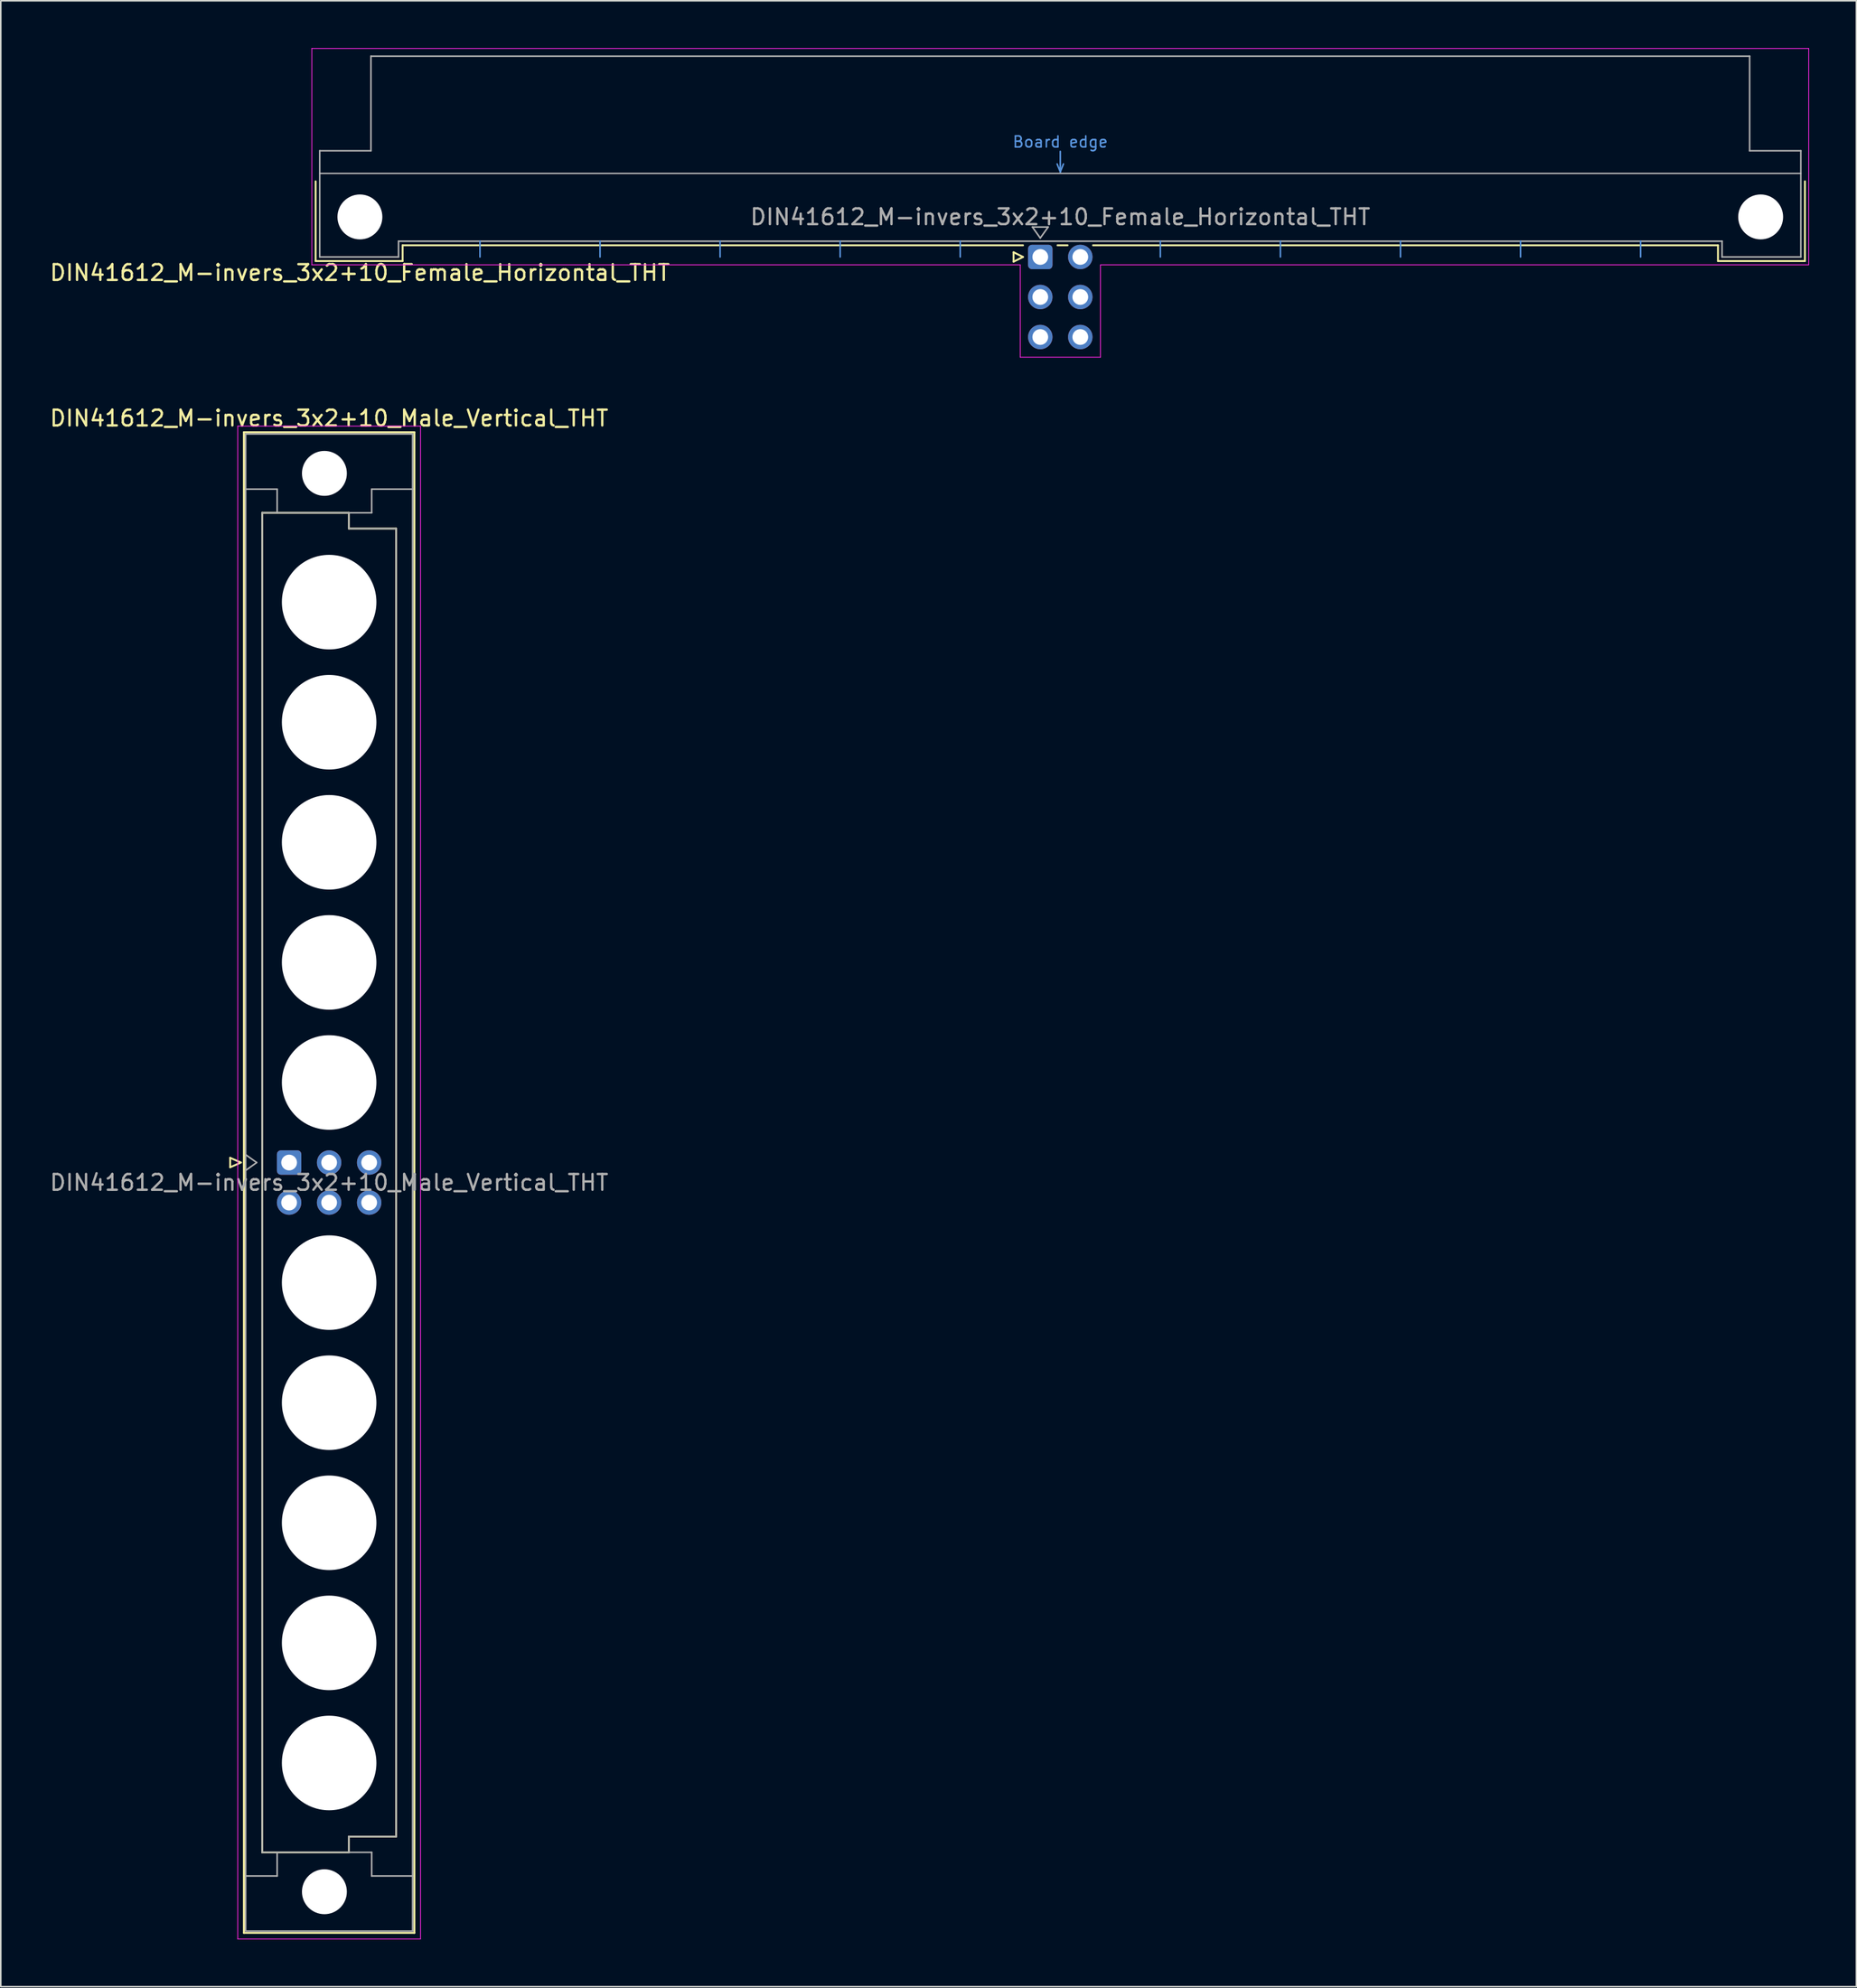
<source format=kicad_pcb>
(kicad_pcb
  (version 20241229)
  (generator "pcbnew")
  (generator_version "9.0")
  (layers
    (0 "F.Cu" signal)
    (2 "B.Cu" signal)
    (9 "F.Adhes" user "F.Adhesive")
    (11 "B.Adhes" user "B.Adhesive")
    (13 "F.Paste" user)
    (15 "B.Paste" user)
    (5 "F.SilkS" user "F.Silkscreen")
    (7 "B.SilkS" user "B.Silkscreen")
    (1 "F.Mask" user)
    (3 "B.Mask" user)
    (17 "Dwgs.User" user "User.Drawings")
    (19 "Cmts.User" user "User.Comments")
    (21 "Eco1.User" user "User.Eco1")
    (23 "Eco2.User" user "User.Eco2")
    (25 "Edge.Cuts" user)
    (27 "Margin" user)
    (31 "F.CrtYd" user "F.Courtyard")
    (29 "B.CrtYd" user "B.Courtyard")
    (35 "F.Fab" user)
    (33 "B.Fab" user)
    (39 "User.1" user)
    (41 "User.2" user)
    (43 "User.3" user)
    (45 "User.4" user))
  (footprint "DIN41612_M-invers_3x2+10_Male_Vertical_THT"
    (layer "F.Cu")
    (at 15.299 32.618)
    (property "Reference" "DIN41612_M-invers_3x2+10_Male_Vertical_THT" (at 2.54 -9.13 0) (layer "F.SilkS") (effects (font (size 1 1) (thickness 0.15))))
    (attr through_hole)
    (fp_line (start -3.74 37.8) (end -3.74 38.4) (stroke (width 0.12) (type solid)) (layer "F.SilkS"))
    (fp_line (start -3.74 38.4) (end -3.06 38.1) (stroke (width 0.12) (type solid)) (layer "F.SilkS"))
    (fp_line (start -3.06 38.1) (end -3.74 37.8) (stroke (width 0.12) (type solid)) (layer "F.SilkS"))
    (fp_line (start -2.87 -8.24) (end 7.95 -8.24) (stroke (width 0.12) (type solid)) (layer "F.SilkS"))
    (fp_line (start -2.87 86.98) (end -2.87 -8.24) (stroke (width 0.12) (type solid)) (layer "F.SilkS"))
    (fp_line (start -1.71 -3.13) (end 3.79 -3.13) (stroke (width 0.12) (type solid)) (layer "F.SilkS"))
    (fp_line (start -1.71 81.87) (end -1.71 -3.13) (stroke (width 0.12) (type solid)) (layer "F.SilkS"))
    (fp_line (start 3.79 -3.13) (end 3.79 -2.13) (stroke (width 0.12) (type solid)) (layer "F.SilkS"))
    (fp_line (start 3.79 -2.13) (end 6.79 -2.13) (stroke (width 0.12) (type solid)) (layer "F.SilkS"))
    (fp_line (start 3.79 80.87) (end 3.79 81.87) (stroke (width 0.12) (type solid)) (layer "F.SilkS"))
    (fp_line (start 3.79 81.87) (end -1.71 81.87) (stroke (width 0.12) (type solid)) (layer "F.SilkS"))
    (fp_line (start 6.79 -2.13) (end 6.79 80.87) (stroke (width 0.12) (type solid)) (layer "F.SilkS"))
    (fp_line (start 6.79 80.87) (end 3.79 80.87) (stroke (width 0.12) (type solid)) (layer "F.SilkS"))
    (fp_line (start 7.95 -8.24) (end 7.95 86.98) (stroke (width 0.12) (type solid)) (layer "F.SilkS"))
    (fp_line (start 7.95 86.98) (end -2.87 86.98) (stroke (width 0.12) (type solid)) (layer "F.SilkS"))
    (fp_line (start -3.26 -8.63) (end 8.34 -8.63) (stroke (width 0.05) (type solid)) (layer "F.CrtYd"))
    (fp_line (start -3.26 87.37) (end -3.26 -8.63) (stroke (width 0.05) (type solid)) (layer "F.CrtYd"))
    (fp_line (start 8.34 -8.63) (end 8.34 87.37) (stroke (width 0.05) (type solid)) (layer "F.CrtYd"))
    (fp_line (start 8.34 87.37) (end -3.26 87.37) (stroke (width 0.05) (type solid)) (layer "F.CrtYd"))
    (fp_line (start -2.76 -8.13) (end 7.84 -8.13) (stroke (width 0.1) (type solid)) (layer "F.Fab"))
    (fp_line (start -2.76 -4.63) (end -0.76 -4.63) (stroke (width 0.1) (type solid)) (layer "F.Fab"))
    (fp_line (start -2.76 37.6) (end -2.06 38.1) (stroke (width 0.1) (type solid)) (layer "F.Fab"))
    (fp_line (start -2.76 83.37) (end -0.76 83.37) (stroke (width 0.1) (type solid)) (layer "F.Fab"))
    (fp_line (start -2.76 86.87) (end -2.76 -8.13) (stroke (width 0.1) (type solid)) (layer "F.Fab"))
    (fp_line (start -2.06 38.1) (end -2.76 38.6) (stroke (width 0.1) (type solid)) (layer "F.Fab"))
    (fp_line (start -1.71 -3.13) (end 3.79 -3.13) (stroke (width 0.1) (type solid)) (layer "F.Fab"))
    (fp_line (start -1.71 81.87) (end -1.71 -3.13) (stroke (width 0.1) (type solid)) (layer "F.Fab"))
    (fp_line (start -0.76 -4.63) (end -0.76 -3.13) (stroke (width 0.1) (type solid)) (layer "F.Fab"))
    (fp_line (start -0.76 83.37) (end -0.76 81.87) (stroke (width 0.1) (type solid)) (layer "F.Fab"))
    (fp_line (start 3.79 -3.13) (end 3.79 -2.13) (stroke (width 0.1) (type solid)) (layer "F.Fab"))
    (fp_line (start 3.79 -3.13) (end 5.24 -3.13) (stroke (width 0.1) (type solid)) (layer "F.Fab"))
    (fp_line (start 3.79 -2.13) (end 6.79 -2.13) (stroke (width 0.1) (type solid)) (layer "F.Fab"))
    (fp_line (start 3.79 80.87) (end 3.79 81.87) (stroke (width 0.1) (type solid)) (layer "F.Fab"))
    (fp_line (start 3.79 81.87) (end -1.71 81.87) (stroke (width 0.1) (type solid)) (layer "F.Fab"))
    (fp_line (start 3.79 81.87) (end 5.24 81.87) (stroke (width 0.1) (type solid)) (layer "F.Fab"))
    (fp_line (start 5.24 -4.63) (end 7.84 -4.63) (stroke (width 0.1) (type solid)) (layer "F.Fab"))
    (fp_line (start 5.24 -3.13) (end 5.24 -4.63) (stroke (width 0.1) (type solid)) (layer "F.Fab"))
    (fp_line (start 5.24 81.87) (end 5.24 83.37) (stroke (width 0.1) (type solid)) (layer "F.Fab"))
    (fp_line (start 5.24 83.37) (end 7.84 83.37) (stroke (width 0.1) (type solid)) (layer "F.Fab"))
    (fp_line (start 6.79 -2.13) (end 6.79 80.87) (stroke (width 0.1) (type solid)) (layer "F.Fab"))
    (fp_line (start 6.79 80.87) (end 3.79 80.87) (stroke (width 0.1) (type solid)) (layer "F.Fab"))
    (fp_line (start 7.84 -8.13) (end 7.84 86.87) (stroke (width 0.1) (type solid)) (layer "F.Fab"))
    (fp_line (start 7.84 86.87) (end -2.76 86.87) (stroke (width 0.1) (type solid)) (layer "F.Fab"))
    (fp_text user "${REFERENCE}" (at 2.54 39.37 0) (layer "F.Fab") (effects (font (size 1 1) (thickness 0.15))))
    (pad "" np_thru_hole circle (at 2.24 -5.63) (size 2.85 2.85) (drill 2.85) (layers "*.Cu" "*.Mask"))
    (pad "" np_thru_hole circle (at 2.24 84.37) (size 2.85 2.85) (drill 2.85) (layers "*.Cu" "*.Mask"))
    (pad "" np_thru_hole circle (at 2.54 2.54) (size 6 6) (drill 6) (layers "*.Cu" "*.Mask"))
    (pad "" np_thru_hole circle (at 2.54 10.16) (size 6 6) (drill 6) (layers "*.Cu" "*.Mask"))
    (pad "" np_thru_hole circle (at 2.54 17.78) (size 6 6) (drill 6) (layers "*.Cu" "*.Mask"))
    (pad "" np_thru_hole circle (at 2.54 25.4) (size 6 6) (drill 6) (layers "*.Cu" "*.Mask"))
    (pad "" np_thru_hole circle (at 2.54 33.02) (size 6 6) (drill 6) (layers "*.Cu" "*.Mask"))
    (pad "" np_thru_hole circle (at 2.54 45.72) (size 6 6) (drill 6) (layers "*.Cu" "*.Mask"))
    (pad "" np_thru_hole circle (at 2.54 53.34) (size 6 6) (drill 6) (layers "*.Cu" "*.Mask"))
    (pad "" np_thru_hole circle (at 2.54 60.96) (size 6 6) (drill 6) (layers "*.Cu" "*.Mask"))
    (pad "" np_thru_hole circle (at 2.54 68.58) (size 6 6) (drill 6) (layers "*.Cu" "*.Mask"))
    (pad "" np_thru_hole circle (at 2.54 76.2) (size 6 6) (drill 6) (layers "*.Cu" "*.Mask"))
    (pad "a16" thru_hole roundrect (at 0 38.1) (size 1.55 1.55) (drill 1) (layers "*.Cu" "*.Mask") (roundrect_rratio 0.161))
    (pad "a17" thru_hole circle (at 0 40.64) (size 1.55 1.55) (drill 1) (layers "*.Cu" "*.Mask"))
    (pad "b16" thru_hole circle (at 2.54 38.1) (size 1.55 1.55) (drill 1) (layers "*.Cu" "*.Mask"))
    (pad "b17" thru_hole circle (at 2.54 40.64) (size 1.55 1.55) (drill 1) (layers "*.Cu" "*.Mask"))
    (pad "c16" thru_hole circle (at 5.08 38.1) (size 1.55 1.55) (drill 1) (layers "*.Cu" "*.Mask"))
    (pad "c17" thru_hole circle (at 5.08 40.64) (size 1.55 1.55) (drill 1) (layers "*.Cu" "*.Mask")))
  (footprint "DIN41612_M-invers_3x2+10_Female_Horizontal_THT"
    (layer "F.Cu")
    (at 24.872 13.255)
    (property "Reference" "DIN41612_M-invers_3x2+10_Female_Horizontal_THT" (at -5.08 1 0) (layer "F.SilkS") (effects (font (size 1 1) (thickness 0.15))))
    (attr through_hole)
    (fp_line (start -7.89 -4.8) (end -7.89 0.26) (stroke (width 0.12) (type solid)) (layer "F.SilkS"))
    (fp_line (start -7.89 0.26) (end -2.37 0.26) (stroke (width 0.12) (type solid)) (layer "F.SilkS"))
    (fp_line (start -2.37 -0.74) (end 37.005 -0.74) (stroke (width 0.12) (type solid)) (layer "F.SilkS"))
    (fp_line (start -2.37 0.26) (end -2.37 -0.74) (stroke (width 0.12) (type solid)) (layer "F.SilkS"))
    (fp_line (start 36.405 -0.3) (end 36.405 0.3) (stroke (width 0.12) (type solid)) (layer "F.SilkS"))
    (fp_line (start 36.405 0.3) (end 37.005 0) (stroke (width 0.12) (type solid)) (layer "F.SilkS"))
    (fp_line (start 37.005 0) (end 36.405 -0.3) (stroke (width 0.12) (type solid)) (layer "F.SilkS"))
    (fp_line (start 39.195 -0.74) (end 39.833 -0.74) (stroke (width 0.12) (type solid)) (layer "F.SilkS"))
    (fp_line (start 41.447 -0.74) (end 81.11 -0.74) (stroke (width 0.12) (type solid)) (layer "F.SilkS"))
    (fp_line (start 81.11 0.26) (end 81.11 -0.74) (stroke (width 0.12) (type solid)) (layer "F.SilkS"))
    (fp_line (start 86.63 -4.8) (end 86.63 0.26) (stroke (width 0.12) (type solid)) (layer "F.SilkS"))
    (fp_line (start 86.63 0.26) (end 81.11 0.26) (stroke (width 0.12) (type solid)) (layer "F.SilkS"))
    (fp_line (start -7.63 -5.3) (end 86.37 -5.3) (stroke (width 0.08) (type solid)) (layer "Dwgs.User"))
    (fp_line (start 2.54 0) (end 2.54 -1) (stroke (width 0.1) (type solid)) (layer "Cmts.User"))
    (fp_line (start 10.16 0) (end 10.16 -1) (stroke (width 0.1) (type solid)) (layer "Cmts.User"))
    (fp_line (start 17.78 0) (end 17.78 -1) (stroke (width 0.1) (type solid)) (layer "Cmts.User"))
    (fp_line (start 25.4 0) (end 25.4 -1) (stroke (width 0.1) (type solid)) (layer "Cmts.User"))
    (fp_line (start 33.02 0) (end 33.02 -1) (stroke (width 0.1) (type solid)) (layer "Cmts.User"))
    (fp_line (start 39.17 -5.9) (end 39.37 -5.4) (stroke (width 0.1) (type solid)) (layer "Cmts.User"))
    (fp_line (start 39.37 -5.4) (end 39.37 -6.7) (stroke (width 0.1) (type solid)) (layer "Cmts.User"))
    (fp_line (start 39.37 -5.4) (end 39.57 -5.9) (stroke (width 0.1) (type solid)) (layer "Cmts.User"))
    (fp_line (start 45.72 0) (end 45.72 -1) (stroke (width 0.1) (type solid)) (layer "Cmts.User"))
    (fp_line (start 53.34 0) (end 53.34 -1) (stroke (width 0.1) (type solid)) (layer "Cmts.User"))
    (fp_line (start 60.96 0) (end 60.96 -1) (stroke (width 0.1) (type solid)) (layer "Cmts.User"))
    (fp_line (start 68.58 0) (end 68.58 -1) (stroke (width 0.1) (type solid)) (layer "Cmts.User"))
    (fp_line (start 76.2 0) (end 76.2 -1) (stroke (width 0.1) (type solid)) (layer "Cmts.User"))
    (fp_line (start -8.13 -13.23) (end -8.13 0.5) (stroke (width 0.05) (type solid)) (layer "F.CrtYd"))
    (fp_line (start -8.13 0.5) (end 36.83 0.5) (stroke (width 0.05) (type solid)) (layer "F.CrtYd"))
    (fp_line (start 36.83 0.5) (end 36.83 6.36) (stroke (width 0.05) (type solid)) (layer "F.CrtYd"))
    (fp_line (start 36.83 6.36) (end 41.92 6.36) (stroke (width 0.05) (type solid)) (layer "F.CrtYd"))
    (fp_line (start 41.92 0.5) (end 86.87 0.5) (stroke (width 0.05) (type solid)) (layer "F.CrtYd"))
    (fp_line (start 41.92 6.36) (end 41.92 0.5) (stroke (width 0.05) (type solid)) (layer "F.CrtYd"))
    (fp_line (start 86.87 -13.23) (end -8.13 -13.23) (stroke (width 0.05) (type solid)) (layer "F.CrtYd"))
    (fp_line (start 86.87 0.5) (end 86.87 -13.23) (stroke (width 0.05) (type solid)) (layer "F.CrtYd"))
    (fp_line (start -7.63 -6.74) (end -7.63 0) (stroke (width 0.1) (type solid)) (layer "F.Fab"))
    (fp_line (start -7.63 0) (end -2.63 0) (stroke (width 0.1) (type solid)) (layer "F.Fab"))
    (fp_line (start -4.38 -12.74) (end -4.38 -6.74) (stroke (width 0.1) (type solid)) (layer "F.Fab"))
    (fp_line (start -4.38 -6.74) (end -7.63 -6.74) (stroke (width 0.1) (type solid)) (layer "F.Fab"))
    (fp_line (start -2.63 -1) (end 81.37 -1) (stroke (width 0.1) (type solid)) (layer "F.Fab"))
    (fp_line (start -2.63 0) (end -2.63 -1) (stroke (width 0.1) (type solid)) (layer "F.Fab"))
    (fp_line (start 37.6 -1.9) (end 38.6 -1.9) (stroke (width 0.1) (type solid)) (layer "F.Fab"))
    (fp_line (start 38.1 -1.2) (end 37.6 -1.9) (stroke (width 0.1) (type solid)) (layer "F.Fab"))
    (fp_line (start 38.6 -1.9) (end 38.1 -1.2) (stroke (width 0.1) (type solid)) (layer "F.Fab"))
    (fp_line (start 81.37 -1) (end 81.37 0) (stroke (width 0.1) (type solid)) (layer "F.Fab"))
    (fp_line (start 81.37 0) (end 86.37 0) (stroke (width 0.1) (type solid)) (layer "F.Fab"))
    (fp_line (start 83.12 -12.74) (end -4.38 -12.74) (stroke (width 0.1) (type solid)) (layer "F.Fab"))
    (fp_line (start 83.12 -6.74) (end 83.12 -12.74) (stroke (width 0.1) (type solid)) (layer "F.Fab"))
    (fp_line (start 86.37 -6.74) (end 83.12 -6.74) (stroke (width 0.1) (type solid)) (layer "F.Fab"))
    (fp_line (start 86.37 0) (end 86.37 -6.74) (stroke (width 0.1) (type solid)) (layer "F.Fab"))
    (fp_text user "Board edge" (at 39.37 -7.3 0) (layer "Cmts.User") (effects (font (size 0.7 0.7) (thickness 0.1))))
    (fp_text user "${REFERENCE}" (at 39.37 -2.54 0) (layer "F.Fab") (effects (font (size 1 1) (thickness 0.15))))
    (pad "" np_thru_hole circle (at -5.08 -2.54) (size 2.85 2.85) (drill 2.85) (layers "*.Cu" "*.Mask"))
    (pad "" np_thru_hole circle (at 83.82 -2.54) (size 2.85 2.85) (drill 2.85) (layers "*.Cu" "*.Mask"))
    (pad "a16" thru_hole roundrect (at 38.1 0) (size 1.55 1.55) (drill 1) (layers "*.Cu" "*.Mask") (roundrect_rratio 0.161))
    (pad "a17" thru_hole circle (at 40.64 0) (size 1.55 1.55) (drill 1) (layers "*.Cu" "*.Mask"))
    (pad "b16" thru_hole circle (at 38.1 2.54) (size 1.55 1.55) (drill 1) (layers "*.Cu" "*.Mask"))
    (pad "b17" thru_hole circle (at 40.64 2.54) (size 1.55 1.55) (drill 1) (layers "*.Cu" "*.Mask"))
    (pad "c16" thru_hole circle (at 38.1 5.08) (size 1.55 1.55) (drill 1) (layers "*.Cu" "*.Mask"))
    (pad "c17" thru_hole circle (at 40.64 5.08) (size 1.55 1.55) (drill 1) (layers "*.Cu" "*.Mask")))
  (gr_rect
    (start -3 -3)
    (end 114.767 123.013)
    (stroke (width 0.1) (type default))
    (fill no)
    (layer "Edge.Cuts")))
</source>
